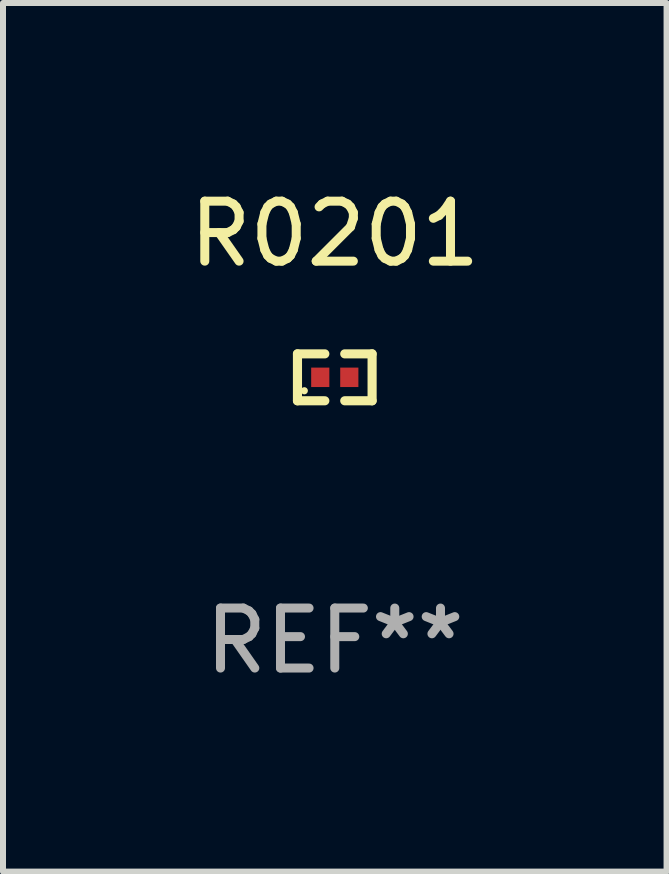
<source format=kicad_pcb>
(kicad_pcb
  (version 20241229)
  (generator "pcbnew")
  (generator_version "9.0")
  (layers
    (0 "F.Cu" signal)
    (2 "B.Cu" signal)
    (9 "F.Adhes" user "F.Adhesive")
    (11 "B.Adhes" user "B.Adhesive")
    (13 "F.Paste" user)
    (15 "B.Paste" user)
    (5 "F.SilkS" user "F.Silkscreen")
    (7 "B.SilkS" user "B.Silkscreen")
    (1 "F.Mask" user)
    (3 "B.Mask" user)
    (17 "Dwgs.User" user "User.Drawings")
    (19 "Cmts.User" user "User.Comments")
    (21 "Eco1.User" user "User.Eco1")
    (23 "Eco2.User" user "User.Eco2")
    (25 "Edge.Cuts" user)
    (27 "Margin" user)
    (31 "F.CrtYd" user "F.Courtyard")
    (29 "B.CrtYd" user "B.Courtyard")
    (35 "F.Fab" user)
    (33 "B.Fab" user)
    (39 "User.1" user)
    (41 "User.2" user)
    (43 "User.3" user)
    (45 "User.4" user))
  (footprint "R0201"
    (layer "F.Cu")
    (at 2.53 3.239)
    (property "Reference" "R0201" (at 0 -2.391 0) (layer "F.SilkS") (effects (font (size 1 1) (thickness 0.15))))
    (attr smd)
    (fp_line (start -0.622 -0.391) (end -0.166 -0.391) (stroke (width 0.152) (type solid)) (layer "F.SilkS"))
    (fp_line (start -0.622 0.391) (end -0.622 -0.391) (stroke (width 0.152) (type solid)) (layer "F.SilkS"))
    (fp_line (start -0.166 0.391) (end -0.622 0.391) (stroke (width 0.152) (type solid)) (layer "F.SilkS"))
    (fp_line (start 0.166 0.391) (end 0.622 0.391) (stroke (width 0.152) (type solid)) (layer "F.SilkS"))
    (fp_line (start 0.622 -0.391) (end 0.166 -0.391) (stroke (width 0.152) (type solid)) (layer "F.SilkS"))
    (fp_line (start 0.622 0.391) (end 0.622 -0.391) (stroke (width 0.152) (type solid)) (layer "F.SilkS"))
    (fp_circle (center -0.508 0.224) (end -0.478 0.224) (stroke (width 0.06) (type solid)) (fill no) (layer "F.SilkS"))
    (fp_text user "REF**" (at 0 4.391 0) (layer "F.Fab") (effects (font (size 1 1) (thickness 0.15))))
    (pad "1" smd rect (at -0.242 0) (size 0.303 0.324) (layers "F.Cu" "F.Mask" "F.Paste"))
    (pad "2" smd rect (at 0.242 0) (size 0.303 0.324) (layers "F.Cu" "F.Mask" "F.Paste")))
  (gr_rect
    (start -3 -3)
    (end 8.06 11.478)
    (stroke (width 0.1) (type default))
    (fill no)
    (layer "Edge.Cuts")))
</source>
